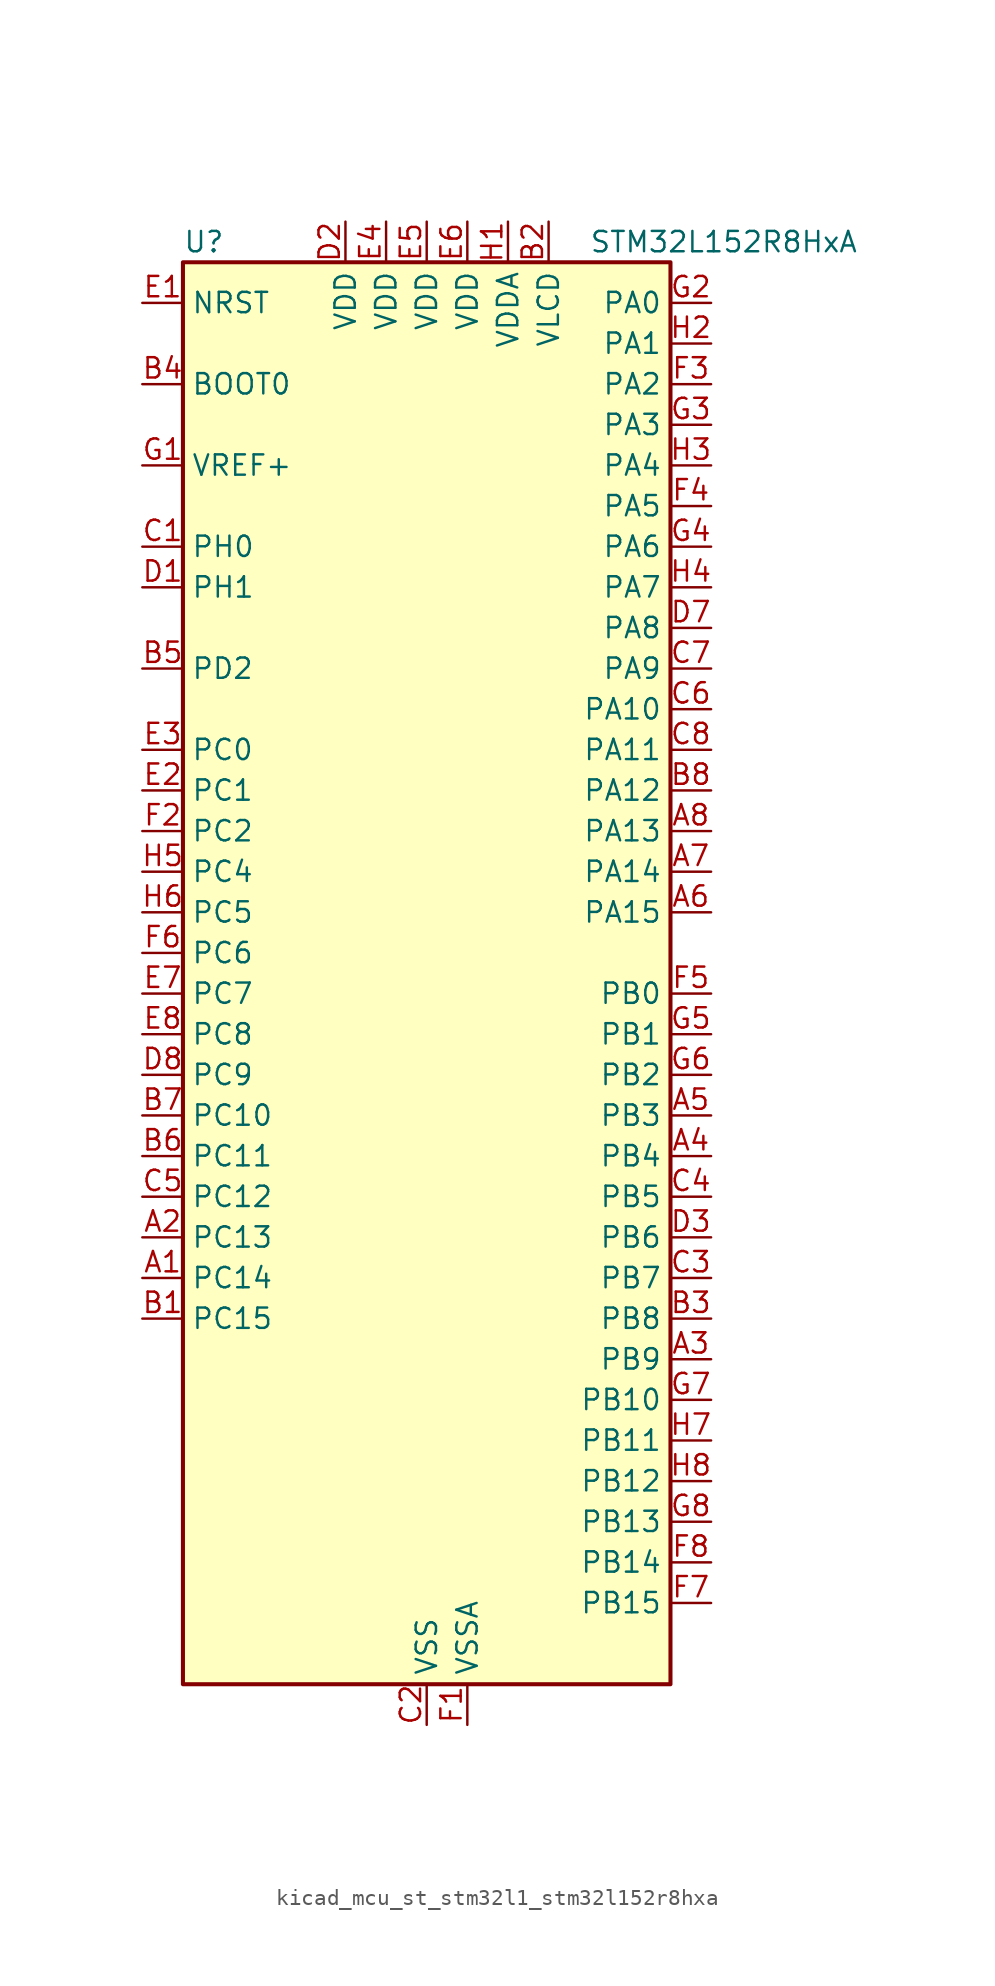
<source format=kicad_sym>
(kicad_symbol_lib
  (version 20220914)
  (generator kicad_symbol_editor)
  (symbol "kicad_mcu_st_stm32l1_stm32l152r8hxa"
    (property "Reference" "U"
      (at -15.24 46.99 0)
      (effects (font (size 1.27 1.27)) (justify left)))
    (property "Value" "STM32L152R8HxA"
      (at 10.16 46.99 0)
      (effects (font (size 1.27 1.27)) (justify left)))
    (property "ki_locked" ""
      (at 0 0 0)
      (effects (font (size 1.27 1.27))))
    (symbol "kicad_mcu_st_stm32l1_stm32l152r8hxa_0_1"
      (rectangle (start -15.24 -43.18) (end 15.24 45.72) (stroke (width 0.254) (type default)) (fill (type background))))
    (symbol "kicad_mcu_st_stm32l1_stm32l152r8hxa_1_1"
      (pin bidirectional line (at -17.78 -17.78 0) (length 2.54) (name "PC14" (effects (font (size 1.27 1.27)))) (number "A1" (effects (font (size 1.27 1.27)))) (alternate "RCC_OSC32_IN" bidirectional line) (alternate "TIMX_IC3" bidirectional line))
      (pin bidirectional line (at -17.78 -15.24 0) (length 2.54) (name "PC13" (effects (font (size 1.27 1.27)))) (number "A2" (effects (font (size 1.27 1.27)))) (alternate "RTC_OUT_ALARM" bidirectional line) (alternate "RTC_OUT_CALIB" bidirectional line) (alternate "RTC_TAMP1" bidirectional line) (alternate "RTC_TS" bidirectional line) (alternate "SYS_WKUP2" bidirectional line) (alternate "TIMX_IC2" bidirectional line))
      (pin bidirectional line (at 17.78 -22.86 180) (length 2.54) (name "PB9" (effects (font (size 1.27 1.27)))) (number "A3" (effects (font (size 1.27 1.27)))) (alternate "DAC_EXTI9" bidirectional line) (alternate "I2C1_SDA" bidirectional line) (alternate "LCD_COM3" bidirectional line) (alternate "TIM11_CH1" bidirectional line) (alternate "TIM4_CH4" bidirectional line))
      (pin bidirectional line (at 17.78 -10.16 180) (length 2.54) (name "PB4" (effects (font (size 1.27 1.27)))) (number "A4" (effects (font (size 1.27 1.27)))) (alternate "COMP2_INP" bidirectional line) (alternate "LCD_SEG8" bidirectional line) (alternate "SPI1_MISO" bidirectional line) (alternate "SYS_JTRST" bidirectional line) (alternate "TIM3_CH1" bidirectional line) (alternate "TS_G6_IO1" bidirectional line))
      (pin bidirectional line (at 17.78 -7.62 180) (length 2.54) (name "PB3" (effects (font (size 1.27 1.27)))) (number "A5" (effects (font (size 1.27 1.27)))) (alternate "COMP2_INM" bidirectional line) (alternate "LCD_SEG7" bidirectional line) (alternate "SPI1_SCK" bidirectional line) (alternate "SYS_JTDO-TRACESWO" bidirectional line) (alternate "TIM2_CH2" bidirectional line))
      (pin bidirectional line (at 17.78 5.08 180) (length 2.54) (name "PA15" (effects (font (size 1.27 1.27)))) (number "A6" (effects (font (size 1.27 1.27)))) (alternate "ADC_EXTI15" bidirectional line) (alternate "LCD_SEG17" bidirectional line) (alternate "SPI1_NSS" bidirectional line) (alternate "SYS_JTDI" bidirectional line) (alternate "TIM2_CH1" bidirectional line) (alternate "TIM2_ETR" bidirectional line) (alternate "TIMX_IC4" bidirectional line) (alternate "TS_G5_IO3" bidirectional line))
      (pin bidirectional line (at 17.78 7.62 180) (length 2.54) (name "PA14" (effects (font (size 1.27 1.27)))) (number "A7" (effects (font (size 1.27 1.27)))) (alternate "SYS_JTCK-SWCLK" bidirectional line) (alternate "TIMX_IC3" bidirectional line) (alternate "TS_G5_IO2" bidirectional line))
      (pin bidirectional line (at 17.78 10.16 180) (length 2.54) (name "PA13" (effects (font (size 1.27 1.27)))) (number "A8" (effects (font (size 1.27 1.27)))) (alternate "SYS_JTMS-SWDIO" bidirectional line) (alternate "TIMX_IC2" bidirectional line) (alternate "TS_G5_IO1" bidirectional line))
      (pin bidirectional line (at -17.78 -20.32 0) (length 2.54) (name "PC15" (effects (font (size 1.27 1.27)))) (number "B1" (effects (font (size 1.27 1.27)))) (alternate "ADC_EXTI15" bidirectional line) (alternate "RCC_OSC32_OUT" bidirectional line) (alternate "TIMX_IC4" bidirectional line))
      (pin power_in line (at 7.62 48.26 270) (length 2.54) (name "VLCD" (effects (font (size 1.27 1.27)))) (number "B2" (effects (font (size 1.27 1.27)))))
      (pin bidirectional line (at 17.78 -20.32 180) (length 2.54) (name "PB8" (effects (font (size 1.27 1.27)))) (number "B3" (effects (font (size 1.27 1.27)))) (alternate "I2C1_SCL" bidirectional line) (alternate "LCD_SEG16" bidirectional line) (alternate "TIM10_CH1" bidirectional line) (alternate "TIM4_CH3" bidirectional line))
      (pin input line (at -17.78 38.1 0) (length 2.54) (name "BOOT0" (effects (font (size 1.27 1.27)))) (number "B4" (effects (font (size 1.27 1.27)))))
      (pin bidirectional line (at -17.78 20.32 0) (length 2.54) (name "PD2" (effects (font (size 1.27 1.27)))) (number "B5" (effects (font (size 1.27 1.27)))) (alternate "LCD_COM7" bidirectional line) (alternate "LCD_SEG31" bidirectional line) (alternate "LCD_SEG43" bidirectional line) (alternate "TIM3_ETR" bidirectional line) (alternate "TIMX_IC3" bidirectional line))
      (pin bidirectional line (at -17.78 -10.16 0) (length 2.54) (name "PC11" (effects (font (size 1.27 1.27)))) (number "B6" (effects (font (size 1.27 1.27)))) (alternate "ADC_EXTI11" bidirectional line) (alternate "LCD_COM5" bidirectional line) (alternate "LCD_SEG29" bidirectional line) (alternate "LCD_SEG41" bidirectional line) (alternate "TIMX_IC4" bidirectional line) (alternate "USART3_RX" bidirectional line))
      (pin bidirectional line (at -17.78 -7.62 0) (length 2.54) (name "PC10" (effects (font (size 1.27 1.27)))) (number "B7" (effects (font (size 1.27 1.27)))) (alternate "LCD_COM4" bidirectional line) (alternate "LCD_SEG28" bidirectional line) (alternate "LCD_SEG40" bidirectional line) (alternate "TIMX_IC3" bidirectional line) (alternate "USART3_TX" bidirectional line))
      (pin bidirectional line (at 17.78 12.7 180) (length 2.54) (name "PA12" (effects (font (size 1.27 1.27)))) (number "B8" (effects (font (size 1.27 1.27)))) (alternate "SPI1_MOSI" bidirectional line) (alternate "TIMX_IC1" bidirectional line) (alternate "USART1_RTS" bidirectional line) (alternate "USB_DP" bidirectional line))
      (pin bidirectional line (at -17.78 27.94 0) (length 2.54) (name "PH0" (effects (font (size 1.27 1.27)))) (number "C1" (effects (font (size 1.27 1.27)))) (alternate "RCC_OSC_IN" bidirectional line))
      (pin power_in line (at 0 -45.72 90) (length 2.54) (name "VSS" (effects (font (size 1.27 1.27)))) (number "C2" (effects (font (size 1.27 1.27)))))
      (pin bidirectional line (at 17.78 -17.78 180) (length 2.54) (name "PB7" (effects (font (size 1.27 1.27)))) (number "C3" (effects (font (size 1.27 1.27)))) (alternate "I2C1_SDA" bidirectional line) (alternate "SYS_PVD_IN" bidirectional line) (alternate "TIM4_CH2" bidirectional line) (alternate "TS_G6_IO4" bidirectional line) (alternate "USART1_RX" bidirectional line))
      (pin bidirectional line (at 17.78 -12.7 180) (length 2.54) (name "PB5" (effects (font (size 1.27 1.27)))) (number "C4" (effects (font (size 1.27 1.27)))) (alternate "COMP2_INP" bidirectional line) (alternate "I2C1_SMBA" bidirectional line) (alternate "LCD_SEG9" bidirectional line) (alternate "SPI1_MOSI" bidirectional line) (alternate "TIM3_CH2" bidirectional line) (alternate "TS_G6_IO2" bidirectional line))
      (pin bidirectional line (at -17.78 -12.7 0) (length 2.54) (name "PC12" (effects (font (size 1.27 1.27)))) (number "C5" (effects (font (size 1.27 1.27)))) (alternate "LCD_COM6" bidirectional line) (alternate "LCD_SEG30" bidirectional line) (alternate "LCD_SEG42" bidirectional line) (alternate "TIMX_IC1" bidirectional line) (alternate "USART3_CK" bidirectional line))
      (pin bidirectional line (at 17.78 17.78 180) (length 2.54) (name "PA10" (effects (font (size 1.27 1.27)))) (number "C6" (effects (font (size 1.27 1.27)))) (alternate "LCD_COM2" bidirectional line) (alternate "TIMX_IC3" bidirectional line) (alternate "TS_G4_IO3" bidirectional line) (alternate "USART1_RX" bidirectional line))
      (pin bidirectional line (at 17.78 20.32 180) (length 2.54) (name "PA9" (effects (font (size 1.27 1.27)))) (number "C7" (effects (font (size 1.27 1.27)))) (alternate "DAC_EXTI9" bidirectional line) (alternate "LCD_COM1" bidirectional line) (alternate "TIMX_IC2" bidirectional line) (alternate "TS_G4_IO2" bidirectional line) (alternate "USART1_TX" bidirectional line))
      (pin bidirectional line (at 17.78 15.24 180) (length 2.54) (name "PA11" (effects (font (size 1.27 1.27)))) (number "C8" (effects (font (size 1.27 1.27)))) (alternate "ADC_EXTI11" bidirectional line) (alternate "SPI1_MISO" bidirectional line) (alternate "TIMX_IC4" bidirectional line) (alternate "USART1_CTS" bidirectional line) (alternate "USB_DM" bidirectional line))
      (pin bidirectional line (at -17.78 25.4 0) (length 2.54) (name "PH1" (effects (font (size 1.27 1.27)))) (number "D1" (effects (font (size 1.27 1.27)))) (alternate "RCC_OSC_OUT" bidirectional line))
      (pin power_in line (at -5.08 48.26 270) (length 2.54) (name "VDD" (effects (font (size 1.27 1.27)))) (number "D2" (effects (font (size 1.27 1.27)))))
      (pin bidirectional line (at 17.78 -15.24 180) (length 2.54) (name "PB6" (effects (font (size 1.27 1.27)))) (number "D3" (effects (font (size 1.27 1.27)))) (alternate "I2C1_SCL" bidirectional line) (alternate "TIM4_CH1" bidirectional line) (alternate "TS_G6_IO3" bidirectional line) (alternate "USART1_TX" bidirectional line))
      (pin passive line (at 0 -45.72 90) (length 2.54) hide (name "VSS" (effects (font (size 1.27 1.27)))) (number "D4" (effects (font (size 1.27 1.27)))))
      (pin passive line (at 0 -45.72 90) (length 2.54) hide (name "VSS" (effects (font (size 1.27 1.27)))) (number "D5" (effects (font (size 1.27 1.27)))))
      (pin passive line (at 0 -45.72 90) (length 2.54) hide (name "VSS" (effects (font (size 1.27 1.27)))) (number "D6" (effects (font (size 1.27 1.27)))))
      (pin bidirectional line (at 17.78 22.86 180) (length 2.54) (name "PA8" (effects (font (size 1.27 1.27)))) (number "D7" (effects (font (size 1.27 1.27)))) (alternate "LCD_COM0" bidirectional line) (alternate "RCC_MCO" bidirectional line) (alternate "TIMX_IC1" bidirectional line) (alternate "TS_G4_IO1" bidirectional line) (alternate "USART1_CK" bidirectional line))
      (pin bidirectional line (at -17.78 -5.08 0) (length 2.54) (name "PC9" (effects (font (size 1.27 1.27)))) (number "D8" (effects (font (size 1.27 1.27)))) (alternate "DAC_EXTI9" bidirectional line) (alternate "LCD_SEG27" bidirectional line) (alternate "TIM3_CH4" bidirectional line) (alternate "TIMX_IC2" bidirectional line) (alternate "TS_G10_IO4" bidirectional line))
      (pin input line (at -17.78 43.18 0) (length 2.54) (name "NRST" (effects (font (size 1.27 1.27)))) (number "E1" (effects (font (size 1.27 1.27)))))
      (pin bidirectional line (at -17.78 12.7 0) (length 2.54) (name "PC1" (effects (font (size 1.27 1.27)))) (number "E2" (effects (font (size 1.27 1.27)))) (alternate "ADC_IN11" bidirectional line) (alternate "COMP1_INP" bidirectional line) (alternate "LCD_SEG19" bidirectional line) (alternate "TIMX_IC2" bidirectional line) (alternate "TS_G8_IO2" bidirectional line))
      (pin bidirectional line (at -17.78 15.24 0) (length 2.54) (name "PC0" (effects (font (size 1.27 1.27)))) (number "E3" (effects (font (size 1.27 1.27)))) (alternate "ADC_IN10" bidirectional line) (alternate "COMP1_INP" bidirectional line) (alternate "LCD_SEG18" bidirectional line) (alternate "TIMX_IC1" bidirectional line) (alternate "TS_G8_IO1" bidirectional line))
      (pin power_in line (at -2.54 48.26 270) (length 2.54) (name "VDD" (effects (font (size 1.27 1.27)))) (number "E4" (effects (font (size 1.27 1.27)))))
      (pin power_in line (at 0 48.26 270) (length 2.54) (name "VDD" (effects (font (size 1.27 1.27)))) (number "E5" (effects (font (size 1.27 1.27)))))
      (pin power_in line (at 2.54 48.26 270) (length 2.54) (name "VDD" (effects (font (size 1.27 1.27)))) (number "E6" (effects (font (size 1.27 1.27)))))
      (pin bidirectional line (at -17.78 0 0) (length 2.54) (name "PC7" (effects (font (size 1.27 1.27)))) (number "E7" (effects (font (size 1.27 1.27)))) (alternate "LCD_SEG25" bidirectional line) (alternate "TIM3_CH2" bidirectional line) (alternate "TIMX_IC4" bidirectional line) (alternate "TS_G10_IO2" bidirectional line))
      (pin bidirectional line (at -17.78 -2.54 0) (length 2.54) (name "PC8" (effects (font (size 1.27 1.27)))) (number "E8" (effects (font (size 1.27 1.27)))) (alternate "LCD_SEG26" bidirectional line) (alternate "TIM3_CH3" bidirectional line) (alternate "TIMX_IC1" bidirectional line) (alternate "TS_G10_IO3" bidirectional line))
      (pin power_in line (at 2.54 -45.72 90) (length 2.54) (name "VSSA" (effects (font (size 1.27 1.27)))) (number "F1" (effects (font (size 1.27 1.27)))))
      (pin bidirectional line (at -17.78 10.16 0) (length 2.54) (name "PC2" (effects (font (size 1.27 1.27)))) (number "F2" (effects (font (size 1.27 1.27)))) (alternate "ADC_IN12" bidirectional line) (alternate "COMP1_INP" bidirectional line) (alternate "LCD_SEG20" bidirectional line) (alternate "TIMX_IC3" bidirectional line) (alternate "TS_G8_IO3" bidirectional line))
      (pin bidirectional line (at 17.78 38.1 180) (length 2.54) (name "PA2" (effects (font (size 1.27 1.27)))) (number "F3" (effects (font (size 1.27 1.27)))) (alternate "ADC_IN2" bidirectional line) (alternate "COMP1_INP" bidirectional line) (alternate "LCD_SEG1" bidirectional line) (alternate "TIM2_CH3" bidirectional line) (alternate "TIM9_CH1" bidirectional line) (alternate "TIMX_IC3" bidirectional line) (alternate "TS_G1_IO3" bidirectional line) (alternate "USART2_TX" bidirectional line))
      (pin bidirectional line (at 17.78 30.48 180) (length 2.54) (name "PA5" (effects (font (size 1.27 1.27)))) (number "F4" (effects (font (size 1.27 1.27)))) (alternate "ADC_IN5" bidirectional line) (alternate "COMP1_INP" bidirectional line) (alternate "DAC_OUT2" bidirectional line) (alternate "SPI1_SCK" bidirectional line) (alternate "TIM2_CH1" bidirectional line) (alternate "TIM2_ETR" bidirectional line) (alternate "TIMX_IC2" bidirectional line))
      (pin bidirectional line (at 17.78 0 180) (length 2.54) (name "PB0" (effects (font (size 1.27 1.27)))) (number "F5" (effects (font (size 1.27 1.27)))) (alternate "ADC_IN8" bidirectional line) (alternate "COMP1_INP" bidirectional line) (alternate "LCD_SEG5" bidirectional line) (alternate "SYS_V_REF_OUT" bidirectional line) (alternate "TIM3_CH3" bidirectional line) (alternate "TS_G3_IO1" bidirectional line))
      (pin bidirectional line (at -17.78 2.54 0) (length 2.54) (name "PC6" (effects (font (size 1.27 1.27)))) (number "F6" (effects (font (size 1.27 1.27)))) (alternate "LCD_SEG24" bidirectional line) (alternate "TIM3_CH1" bidirectional line) (alternate "TIMX_IC3" bidirectional line) (alternate "TS_G10_IO1" bidirectional line))
      (pin bidirectional line (at 17.78 -38.1 180) (length 2.54) (name "PB15" (effects (font (size 1.27 1.27)))) (number "F7" (effects (font (size 1.27 1.27)))) (alternate "ADC_EXTI15" bidirectional line) (alternate "ADC_IN21" bidirectional line) (alternate "COMP1_INP" bidirectional line) (alternate "LCD_SEG15" bidirectional line) (alternate "RTC_REFIN" bidirectional line) (alternate "SPI2_MOSI" bidirectional line) (alternate "TIM11_CH1" bidirectional line) (alternate "TS_G7_IO4" bidirectional line))
      (pin bidirectional line (at 17.78 -35.56 180) (length 2.54) (name "PB14" (effects (font (size 1.27 1.27)))) (number "F8" (effects (font (size 1.27 1.27)))) (alternate "ADC_IN20" bidirectional line) (alternate "COMP1_INP" bidirectional line) (alternate "LCD_SEG14" bidirectional line) (alternate "SPI2_MISO" bidirectional line) (alternate "TIM9_CH2" bidirectional line) (alternate "TS_G7_IO3" bidirectional line) (alternate "USART3_RTS" bidirectional line))
      (pin input line (at -17.78 33.02 0) (length 2.54) (name "VREF+" (effects (font (size 1.27 1.27)))) (number "G1" (effects (font (size 1.27 1.27)))))
      (pin bidirectional line (at 17.78 43.18 180) (length 2.54) (name "PA0" (effects (font (size 1.27 1.27)))) (number "G2" (effects (font (size 1.27 1.27)))) (alternate "ADC_IN0" bidirectional line) (alternate "COMP1_INP" bidirectional line) (alternate "RTC_TAMP2" bidirectional line) (alternate "SYS_WKUP1" bidirectional line) (alternate "TIM2_CH1" bidirectional line) (alternate "TIM2_ETR" bidirectional line) (alternate "TIMX_IC1" bidirectional line) (alternate "TS_G1_IO1" bidirectional line) (alternate "USART2_CTS" bidirectional line))
      (pin bidirectional line (at 17.78 35.56 180) (length 2.54) (name "PA3" (effects (font (size 1.27 1.27)))) (number "G3" (effects (font (size 1.27 1.27)))) (alternate "ADC_IN3" bidirectional line) (alternate "COMP1_INP" bidirectional line) (alternate "LCD_SEG2" bidirectional line) (alternate "TIM2_CH4" bidirectional line) (alternate "TIM9_CH2" bidirectional line) (alternate "TIMX_IC4" bidirectional line) (alternate "TS_G1_IO4" bidirectional line) (alternate "USART2_RX" bidirectional line))
      (pin bidirectional line (at 17.78 27.94 180) (length 2.54) (name "PA6" (effects (font (size 1.27 1.27)))) (number "G4" (effects (font (size 1.27 1.27)))) (alternate "ADC_IN6" bidirectional line) (alternate "COMP1_INP" bidirectional line) (alternate "LCD_SEG3" bidirectional line) (alternate "SPI1_MISO" bidirectional line) (alternate "TIM10_CH1" bidirectional line) (alternate "TIM3_CH1" bidirectional line) (alternate "TIMX_IC3" bidirectional line) (alternate "TS_G2_IO1" bidirectional line))
      (pin bidirectional line (at 17.78 -2.54 180) (length 2.54) (name "PB1" (effects (font (size 1.27 1.27)))) (number "G5" (effects (font (size 1.27 1.27)))) (alternate "ADC_IN9" bidirectional line) (alternate "COMP1_INP" bidirectional line) (alternate "LCD_SEG6" bidirectional line) (alternate "SYS_V_REF_OUT" bidirectional line) (alternate "TIM3_CH4" bidirectional line) (alternate "TS_G3_IO2" bidirectional line))
      (pin bidirectional line (at 17.78 -5.08 180) (length 2.54) (name "PB2" (effects (font (size 1.27 1.27)))) (number "G6" (effects (font (size 1.27 1.27)))) (alternate "TS_G3_IO3" bidirectional line))
      (pin bidirectional line (at 17.78 -25.4 180) (length 2.54) (name "PB10" (effects (font (size 1.27 1.27)))) (number "G7" (effects (font (size 1.27 1.27)))) (alternate "I2C2_SCL" bidirectional line) (alternate "LCD_SEG10" bidirectional line) (alternate "TIM2_CH3" bidirectional line) (alternate "USART3_TX" bidirectional line))
      (pin bidirectional line (at 17.78 -33.02 180) (length 2.54) (name "PB13" (effects (font (size 1.27 1.27)))) (number "G8" (effects (font (size 1.27 1.27)))) (alternate "ADC_IN19" bidirectional line) (alternate "COMP1_INP" bidirectional line) (alternate "LCD_SEG13" bidirectional line) (alternate "SPI2_SCK" bidirectional line) (alternate "TIM9_CH1" bidirectional line) (alternate "TS_G7_IO2" bidirectional line) (alternate "USART3_CTS" bidirectional line))
      (pin power_in line (at 5.08 48.26 270) (length 2.54) (name "VDDA" (effects (font (size 1.27 1.27)))) (number "H1" (effects (font (size 1.27 1.27)))))
      (pin bidirectional line (at 17.78 40.64 180) (length 2.54) (name "PA1" (effects (font (size 1.27 1.27)))) (number "H2" (effects (font (size 1.27 1.27)))) (alternate "ADC_IN1" bidirectional line) (alternate "COMP1_INP" bidirectional line) (alternate "LCD_SEG0" bidirectional line) (alternate "TIM2_CH2" bidirectional line) (alternate "TIMX_IC2" bidirectional line) (alternate "TS_G1_IO2" bidirectional line) (alternate "USART2_RTS" bidirectional line))
      (pin bidirectional line (at 17.78 33.02 180) (length 2.54) (name "PA4" (effects (font (size 1.27 1.27)))) (number "H3" (effects (font (size 1.27 1.27)))) (alternate "ADC_IN4" bidirectional line) (alternate "COMP1_INP" bidirectional line) (alternate "DAC_OUT1" bidirectional line) (alternate "SPI1_NSS" bidirectional line) (alternate "TIMX_IC1" bidirectional line) (alternate "USART2_CK" bidirectional line))
      (pin bidirectional line (at 17.78 25.4 180) (length 2.54) (name "PA7" (effects (font (size 1.27 1.27)))) (number "H4" (effects (font (size 1.27 1.27)))) (alternate "ADC_IN7" bidirectional line) (alternate "COMP1_INP" bidirectional line) (alternate "LCD_SEG4" bidirectional line) (alternate "SPI1_MOSI" bidirectional line) (alternate "TIM11_CH1" bidirectional line) (alternate "TIM3_CH2" bidirectional line) (alternate "TIMX_IC4" bidirectional line) (alternate "TS_G2_IO2" bidirectional line))
      (pin bidirectional line (at -17.78 7.62 0) (length 2.54) (name "PC4" (effects (font (size 1.27 1.27)))) (number "H5" (effects (font (size 1.27 1.27)))) (alternate "ADC_IN14" bidirectional line) (alternate "COMP1_INP" bidirectional line) (alternate "LCD_SEG22" bidirectional line) (alternate "TIMX_IC1" bidirectional line) (alternate "TS_G9_IO1" bidirectional line))
      (pin bidirectional line (at -17.78 5.08 0) (length 2.54) (name "PC5" (effects (font (size 1.27 1.27)))) (number "H6" (effects (font (size 1.27 1.27)))) (alternate "ADC_IN15" bidirectional line) (alternate "COMP1_INP" bidirectional line) (alternate "LCD_SEG23" bidirectional line) (alternate "TIMX_IC2" bidirectional line) (alternate "TS_G9_IO2" bidirectional line))
      (pin bidirectional line (at 17.78 -27.94 180) (length 2.54) (name "PB11" (effects (font (size 1.27 1.27)))) (number "H7" (effects (font (size 1.27 1.27)))) (alternate "ADC_EXTI11" bidirectional line) (alternate "I2C2_SDA" bidirectional line) (alternate "LCD_SEG11" bidirectional line) (alternate "TIM2_CH4" bidirectional line) (alternate "USART3_RX" bidirectional line))
      (pin bidirectional line (at 17.78 -30.48 180) (length 2.54) (name "PB12" (effects (font (size 1.27 1.27)))) (number "H8" (effects (font (size 1.27 1.27)))) (alternate "ADC_IN18" bidirectional line) (alternate "COMP1_INP" bidirectional line) (alternate "I2C2_SMBA" bidirectional line) (alternate "LCD_SEG12" bidirectional line) (alternate "SPI2_NSS" bidirectional line) (alternate "TIM10_CH1" bidirectional line) (alternate "TS_G7_IO1" bidirectional line) (alternate "USART3_CK" bidirectional line)))))
</source>
